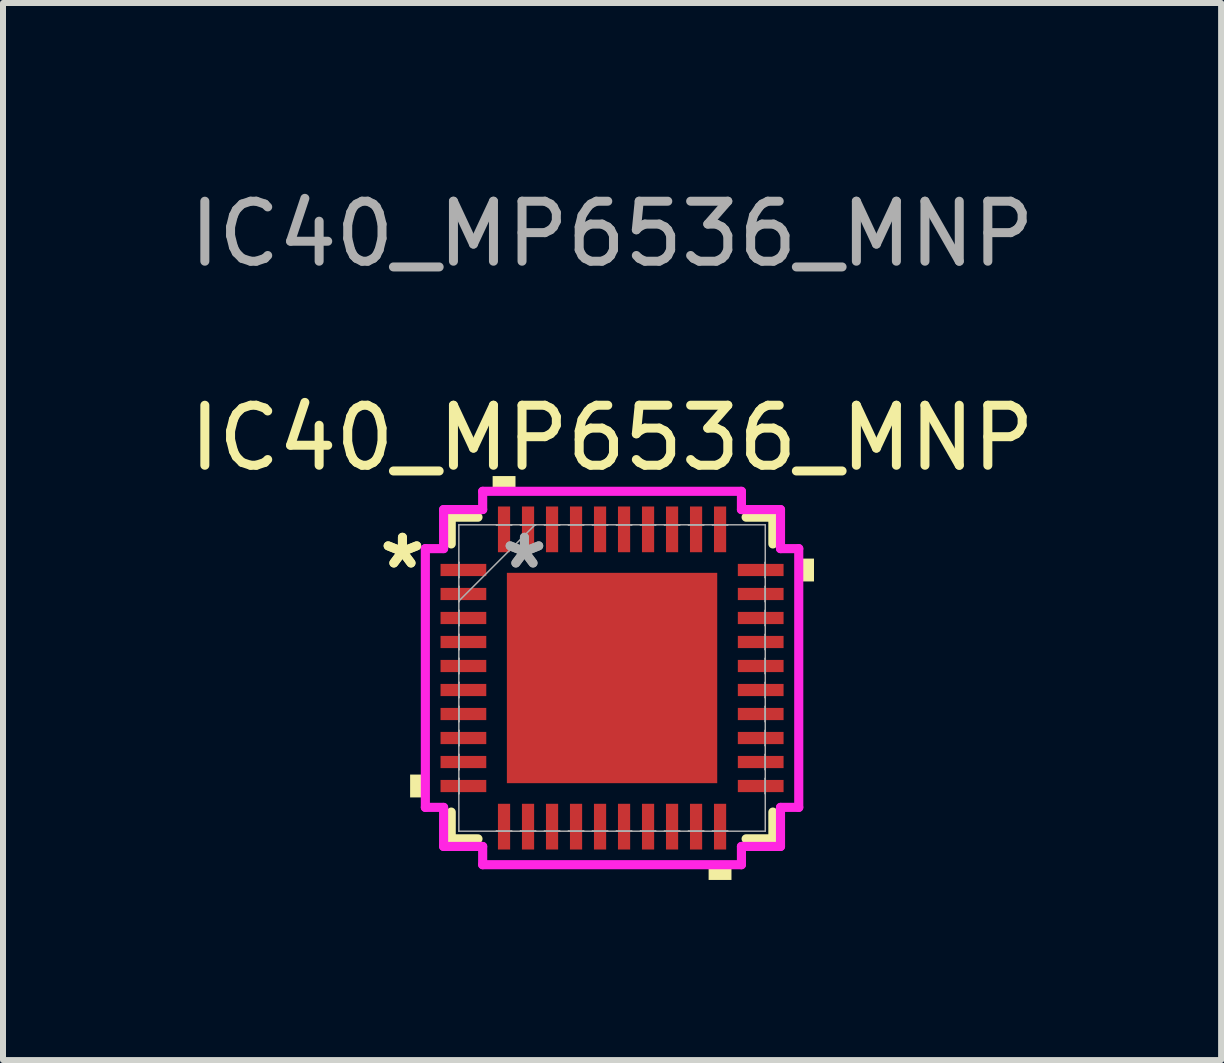
<source format=kicad_pcb>
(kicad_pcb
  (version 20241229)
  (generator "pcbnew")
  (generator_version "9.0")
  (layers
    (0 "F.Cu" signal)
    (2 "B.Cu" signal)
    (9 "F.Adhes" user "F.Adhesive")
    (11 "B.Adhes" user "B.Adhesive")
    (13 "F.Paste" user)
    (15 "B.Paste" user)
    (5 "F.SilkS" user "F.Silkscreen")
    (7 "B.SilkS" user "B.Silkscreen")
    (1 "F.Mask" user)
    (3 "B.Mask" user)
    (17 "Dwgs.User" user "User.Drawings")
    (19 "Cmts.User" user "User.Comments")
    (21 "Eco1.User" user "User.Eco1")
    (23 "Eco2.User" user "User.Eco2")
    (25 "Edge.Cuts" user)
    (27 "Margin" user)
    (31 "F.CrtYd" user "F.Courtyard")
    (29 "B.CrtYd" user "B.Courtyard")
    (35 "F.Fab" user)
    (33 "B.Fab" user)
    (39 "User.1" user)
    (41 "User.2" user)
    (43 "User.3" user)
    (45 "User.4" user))
  (footprint "IC40_MP6536_MNP"
    (layer "F.Cu")
    (at 7.149 8.248)
    (property "Reference" "IC40_MP6536_MNP" (at 0 -4 0) (unlocked yes) (layer "F.SilkS") (effects (font (size 1 1) (thickness 0.15))))
    (attr smd)
    (fp_line (start -2.68 -2.68) (end -2.68 -2.234) (stroke (width 0.152) (type solid)) (layer "F.SilkS"))
    (fp_line (start -2.68 2.234) (end -2.68 2.68) (stroke (width 0.152) (type solid)) (layer "F.SilkS"))
    (fp_line (start -2.68 2.68) (end -2.234 2.68) (stroke (width 0.152) (type solid)) (layer "F.SilkS"))
    (fp_line (start -2.234 -2.68) (end -2.68 -2.68) (stroke (width 0.152) (type solid)) (layer "F.SilkS"))
    (fp_line (start 2.234 2.68) (end 2.68 2.68) (stroke (width 0.152) (type solid)) (layer "F.SilkS"))
    (fp_line (start 2.68 -2.68) (end 2.234 -2.68) (stroke (width 0.152) (type solid)) (layer "F.SilkS"))
    (fp_line (start 2.68 -2.234) (end 2.68 -2.68) (stroke (width 0.152) (type solid)) (layer "F.SilkS"))
    (fp_line (start 2.68 2.68) (end 2.68 2.234) (stroke (width 0.152) (type solid)) (layer "F.SilkS"))
    (fp_poly (pts (xy -3.365 1.609) (xy -3.365 1.99) (xy -3.111 1.99) (xy -3.111 1.609)) (stroke (width 0) (type solid)) (fill yes) (layer "F.SilkS"))
    (fp_poly (pts (xy -1.99 -3.111) (xy -1.99 -3.365) (xy -1.609 -3.365) (xy -1.609 -3.111)) (stroke (width 0) (type solid)) (fill yes) (layer "F.SilkS"))
    (fp_poly (pts (xy 1.609 3.111) (xy 1.609 3.365) (xy 1.99 3.365) (xy 1.99 3.111)) (stroke (width 0) (type solid)) (fill yes) (layer "F.SilkS"))
    (fp_poly (pts (xy 3.365 -1.99) (xy 3.365 -1.609) (xy 3.111 -1.609) (xy 3.111 -1.99)) (stroke (width 0) (type solid)) (fill yes) (layer "F.SilkS"))
    (fp_line (start -3.111 -2.156) (end -2.807 -2.156) (stroke (width 0.152) (type solid)) (layer "F.CrtYd"))
    (fp_line (start -3.111 2.156) (end -3.111 -2.156) (stroke (width 0.152) (type solid)) (layer "F.CrtYd"))
    (fp_line (start -2.807 -2.807) (end -2.156 -2.807) (stroke (width 0.152) (type solid)) (layer "F.CrtYd"))
    (fp_line (start -2.807 -2.156) (end -2.807 -2.807) (stroke (width 0.152) (type solid)) (layer "F.CrtYd"))
    (fp_line (start -2.807 2.156) (end -3.111 2.156) (stroke (width 0.152) (type solid)) (layer "F.CrtYd"))
    (fp_line (start -2.807 2.807) (end -2.807 2.156) (stroke (width 0.152) (type solid)) (layer "F.CrtYd"))
    (fp_line (start -2.156 -3.111) (end 2.156 -3.111) (stroke (width 0.152) (type solid)) (layer "F.CrtYd"))
    (fp_line (start -2.156 -2.807) (end -2.156 -3.111) (stroke (width 0.152) (type solid)) (layer "F.CrtYd"))
    (fp_line (start -2.156 2.807) (end -2.807 2.807) (stroke (width 0.152) (type solid)) (layer "F.CrtYd"))
    (fp_line (start -2.156 3.111) (end -2.156 2.807) (stroke (width 0.152) (type solid)) (layer "F.CrtYd"))
    (fp_line (start 2.156 -3.111) (end 2.156 -2.807) (stroke (width 0.152) (type solid)) (layer "F.CrtYd"))
    (fp_line (start 2.156 -2.807) (end 2.807 -2.807) (stroke (width 0.152) (type solid)) (layer "F.CrtYd"))
    (fp_line (start 2.156 2.807) (end 2.156 3.111) (stroke (width 0.152) (type solid)) (layer "F.CrtYd"))
    (fp_line (start 2.156 3.111) (end -2.156 3.111) (stroke (width 0.152) (type solid)) (layer "F.CrtYd"))
    (fp_line (start 2.807 -2.807) (end 2.807 -2.156) (stroke (width 0.152) (type solid)) (layer "F.CrtYd"))
    (fp_line (start 2.807 -2.156) (end 3.111 -2.156) (stroke (width 0.152) (type solid)) (layer "F.CrtYd"))
    (fp_line (start 2.807 2.156) (end 2.807 2.807) (stroke (width 0.152) (type solid)) (layer "F.CrtYd"))
    (fp_line (start 2.807 2.807) (end 2.156 2.807) (stroke (width 0.152) (type solid)) (layer "F.CrtYd"))
    (fp_line (start 3.111 -2.156) (end 3.111 2.156) (stroke (width 0.152) (type solid)) (layer "F.CrtYd"))
    (fp_line (start 3.111 2.156) (end 2.807 2.156) (stroke (width 0.152) (type solid)) (layer "F.CrtYd"))
    (fp_line (start -2.553 -2.553) (end -2.553 2.553) (stroke (width 0.025) (type solid)) (layer "F.Fab"))
    (fp_line (start -2.553 -1.927) (end -2.553 -1.927) (stroke (width 0.025) (type solid)) (layer "F.Fab"))
    (fp_line (start -2.553 -1.927) (end -2.553 -1.673) (stroke (width 0.025) (type solid)) (layer "F.Fab"))
    (fp_line (start -2.553 -1.673) (end -2.553 -1.927) (stroke (width 0.025) (type solid)) (layer "F.Fab"))
    (fp_line (start -2.553 -1.673) (end -2.553 -1.673) (stroke (width 0.025) (type solid)) (layer "F.Fab"))
    (fp_line (start -2.553 -1.527) (end -2.553 -1.527) (stroke (width 0.025) (type solid)) (layer "F.Fab"))
    (fp_line (start -2.553 -1.527) (end -2.553 -1.273) (stroke (width 0.025) (type solid)) (layer "F.Fab"))
    (fp_line (start -2.553 -1.283) (end -1.283 -2.553) (stroke (width 0.025) (type solid)) (layer "F.Fab"))
    (fp_line (start -2.553 -1.273) (end -2.553 -1.527) (stroke (width 0.025) (type solid)) (layer "F.Fab"))
    (fp_line (start -2.553 -1.273) (end -2.553 -1.273) (stroke (width 0.025) (type solid)) (layer "F.Fab"))
    (fp_line (start -2.553 -1.127) (end -2.553 -1.127) (stroke (width 0.025) (type solid)) (layer "F.Fab"))
    (fp_line (start -2.553 -1.127) (end -2.553 -0.873) (stroke (width 0.025) (type solid)) (layer "F.Fab"))
    (fp_line (start -2.553 -0.873) (end -2.553 -1.127) (stroke (width 0.025) (type solid)) (layer "F.Fab"))
    (fp_line (start -2.553 -0.873) (end -2.553 -0.873) (stroke (width 0.025) (type solid)) (layer "F.Fab"))
    (fp_line (start -2.553 -0.727) (end -2.553 -0.727) (stroke (width 0.025) (type solid)) (layer "F.Fab"))
    (fp_line (start -2.553 -0.727) (end -2.553 -0.473) (stroke (width 0.025) (type solid)) (layer "F.Fab"))
    (fp_line (start -2.553 -0.473) (end -2.553 -0.727) (stroke (width 0.025) (type solid)) (layer "F.Fab"))
    (fp_line (start -2.553 -0.473) (end -2.553 -0.473) (stroke (width 0.025) (type solid)) (layer "F.Fab"))
    (fp_line (start -2.553 -0.327) (end -2.553 -0.327) (stroke (width 0.025) (type solid)) (layer "F.Fab"))
    (fp_line (start -2.553 -0.327) (end -2.553 -0.073) (stroke (width 0.025) (type solid)) (layer "F.Fab"))
    (fp_line (start -2.553 -0.073) (end -2.553 -0.327) (stroke (width 0.025) (type solid)) (layer "F.Fab"))
    (fp_line (start -2.553 -0.073) (end -2.553 -0.073) (stroke (width 0.025) (type solid)) (layer "F.Fab"))
    (fp_line (start -2.553 0.073) (end -2.553 0.073) (stroke (width 0.025) (type solid)) (layer "F.Fab"))
    (fp_line (start -2.553 0.073) (end -2.553 0.327) (stroke (width 0.025) (type solid)) (layer "F.Fab"))
    (fp_line (start -2.553 0.327) (end -2.553 0.073) (stroke (width 0.025) (type solid)) (layer "F.Fab"))
    (fp_line (start -2.553 0.327) (end -2.553 0.327) (stroke (width 0.025) (type solid)) (layer "F.Fab"))
    (fp_line (start -2.553 0.473) (end -2.553 0.473) (stroke (width 0.025) (type solid)) (layer "F.Fab"))
    (fp_line (start -2.553 0.473) (end -2.553 0.727) (stroke (width 0.025) (type solid)) (layer "F.Fab"))
    (fp_line (start -2.553 0.727) (end -2.553 0.473) (stroke (width 0.025) (type solid)) (layer "F.Fab"))
    (fp_line (start -2.553 0.727) (end -2.553 0.727) (stroke (width 0.025) (type solid)) (layer "F.Fab"))
    (fp_line (start -2.553 0.873) (end -2.553 0.873) (stroke (width 0.025) (type solid)) (layer "F.Fab"))
    (fp_line (start -2.553 0.873) (end -2.553 1.127) (stroke (width 0.025) (type solid)) (layer "F.Fab"))
    (fp_line (start -2.553 1.127) (end -2.553 0.873) (stroke (width 0.025) (type solid)) (layer "F.Fab"))
    (fp_line (start -2.553 1.127) (end -2.553 1.127) (stroke (width 0.025) (type solid)) (layer "F.Fab"))
    (fp_line (start -2.553 1.273) (end -2.553 1.273) (stroke (width 0.025) (type solid)) (layer "F.Fab"))
    (fp_line (start -2.553 1.273) (end -2.553 1.527) (stroke (width 0.025) (type solid)) (layer "F.Fab"))
    (fp_line (start -2.553 1.527) (end -2.553 1.273) (stroke (width 0.025) (type solid)) (layer "F.Fab"))
    (fp_line (start -2.553 1.527) (end -2.553 1.527) (stroke (width 0.025) (type solid)) (layer "F.Fab"))
    (fp_line (start -2.553 1.673) (end -2.553 1.673) (stroke (width 0.025) (type solid)) (layer "F.Fab"))
    (fp_line (start -2.553 1.673) (end -2.553 1.927) (stroke (width 0.025) (type solid)) (layer "F.Fab"))
    (fp_line (start -2.553 1.927) (end -2.553 1.673) (stroke (width 0.025) (type solid)) (layer "F.Fab"))
    (fp_line (start -2.553 1.927) (end -2.553 1.927) (stroke (width 0.025) (type solid)) (layer "F.Fab"))
    (fp_line (start -2.553 2.553) (end 2.553 2.553) (stroke (width 0.025) (type solid)) (layer "F.Fab"))
    (fp_line (start -1.927 -2.553) (end -1.927 -2.553) (stroke (width 0.025) (type solid)) (layer "F.Fab"))
    (fp_line (start -1.927 -2.553) (end -1.673 -2.553) (stroke (width 0.025) (type solid)) (layer "F.Fab"))
    (fp_line (start -1.927 2.553) (end -1.927 2.553) (stroke (width 0.025) (type solid)) (layer "F.Fab"))
    (fp_line (start -1.927 2.553) (end -1.673 2.553) (stroke (width 0.025) (type solid)) (layer "F.Fab"))
    (fp_line (start -1.673 -2.553) (end -1.927 -2.553) (stroke (width 0.025) (type solid)) (layer "F.Fab"))
    (fp_line (start -1.673 -2.553) (end -1.673 -2.553) (stroke (width 0.025) (type solid)) (layer "F.Fab"))
    (fp_line (start -1.673 2.553) (end -1.927 2.553) (stroke (width 0.025) (type solid)) (layer "F.Fab"))
    (fp_line (start -1.673 2.553) (end -1.673 2.553) (stroke (width 0.025) (type solid)) (layer "F.Fab"))
    (fp_line (start -1.527 -2.553) (end -1.527 -2.553) (stroke (width 0.025) (type solid)) (layer "F.Fab"))
    (fp_line (start -1.527 -2.553) (end -1.273 -2.553) (stroke (width 0.025) (type solid)) (layer "F.Fab"))
    (fp_line (start -1.527 2.553) (end -1.527 2.553) (stroke (width 0.025) (type solid)) (layer "F.Fab"))
    (fp_line (start -1.527 2.553) (end -1.273 2.553) (stroke (width 0.025) (type solid)) (layer "F.Fab"))
    (fp_line (start -1.273 -2.553) (end -1.527 -2.553) (stroke (width 0.025) (type solid)) (layer "F.Fab"))
    (fp_line (start -1.273 -2.553) (end -1.273 -2.553) (stroke (width 0.025) (type solid)) (layer "F.Fab"))
    (fp_line (start -1.273 2.553) (end -1.527 2.553) (stroke (width 0.025) (type solid)) (layer "F.Fab"))
    (fp_line (start -1.273 2.553) (end -1.273 2.553) (stroke (width 0.025) (type solid)) (layer "F.Fab"))
    (fp_line (start -1.127 -2.553) (end -1.127 -2.553) (stroke (width 0.025) (type solid)) (layer "F.Fab"))
    (fp_line (start -1.127 -2.553) (end -0.873 -2.553) (stroke (width 0.025) (type solid)) (layer "F.Fab"))
    (fp_line (start -1.127 2.553) (end -1.127 2.553) (stroke (width 0.025) (type solid)) (layer "F.Fab"))
    (fp_line (start -1.127 2.553) (end -0.873 2.553) (stroke (width 0.025) (type solid)) (layer "F.Fab"))
    (fp_line (start -0.873 -2.553) (end -1.127 -2.553) (stroke (width 0.025) (type solid)) (layer "F.Fab"))
    (fp_line (start -0.873 -2.553) (end -0.873 -2.553) (stroke (width 0.025) (type solid)) (layer "F.Fab"))
    (fp_line (start -0.873 2.553) (end -1.127 2.553) (stroke (width 0.025) (type solid)) (layer "F.Fab"))
    (fp_line (start -0.873 2.553) (end -0.873 2.553) (stroke (width 0.025) (type solid)) (layer "F.Fab"))
    (fp_line (start -0.727 -2.553) (end -0.727 -2.553) (stroke (width 0.025) (type solid)) (layer "F.Fab"))
    (fp_line (start -0.727 -2.553) (end -0.473 -2.553) (stroke (width 0.025) (type solid)) (layer "F.Fab"))
    (fp_line (start -0.727 2.553) (end -0.727 2.553) (stroke (width 0.025) (type solid)) (layer "F.Fab"))
    (fp_line (start -0.727 2.553) (end -0.473 2.553) (stroke (width 0.025) (type solid)) (layer "F.Fab"))
    (fp_line (start -0.473 -2.553) (end -0.727 -2.553) (stroke (width 0.025) (type solid)) (layer "F.Fab"))
    (fp_line (start -0.473 -2.553) (end -0.473 -2.553) (stroke (width 0.025) (type solid)) (layer "F.Fab"))
    (fp_line (start -0.473 2.553) (end -0.727 2.553) (stroke (width 0.025) (type solid)) (layer "F.Fab"))
    (fp_line (start -0.473 2.553) (end -0.473 2.553) (stroke (width 0.025) (type solid)) (layer "F.Fab"))
    (fp_line (start -0.327 -2.553) (end -0.327 -2.553) (stroke (width 0.025) (type solid)) (layer "F.Fab"))
    (fp_line (start -0.327 -2.553) (end -0.073 -2.553) (stroke (width 0.025) (type solid)) (layer "F.Fab"))
    (fp_line (start -0.327 2.553) (end -0.327 2.553) (stroke (width 0.025) (type solid)) (layer "F.Fab"))
    (fp_line (start -0.327 2.553) (end -0.073 2.553) (stroke (width 0.025) (type solid)) (layer "F.Fab"))
    (fp_line (start -0.073 -2.553) (end -0.327 -2.553) (stroke (width 0.025) (type solid)) (layer "F.Fab"))
    (fp_line (start -0.073 -2.553) (end -0.073 -2.553) (stroke (width 0.025) (type solid)) (layer "F.Fab"))
    (fp_line (start -0.073 2.553) (end -0.327 2.553) (stroke (width 0.025) (type solid)) (layer "F.Fab"))
    (fp_line (start -0.073 2.553) (end -0.073 2.553) (stroke (width 0.025) (type solid)) (layer "F.Fab"))
    (fp_line (start 0.073 -2.553) (end 0.073 -2.553) (stroke (width 0.025) (type solid)) (layer "F.Fab"))
    (fp_line (start 0.073 -2.553) (end 0.327 -2.553) (stroke (width 0.025) (type solid)) (layer "F.Fab"))
    (fp_line (start 0.073 2.553) (end 0.073 2.553) (stroke (width 0.025) (type solid)) (layer "F.Fab"))
    (fp_line (start 0.073 2.553) (end 0.327 2.553) (stroke (width 0.025) (type solid)) (layer "F.Fab"))
    (fp_line (start 0.327 -2.553) (end 0.073 -2.553) (stroke (width 0.025) (type solid)) (layer "F.Fab"))
    (fp_line (start 0.327 -2.553) (end 0.327 -2.553) (stroke (width 0.025) (type solid)) (layer "F.Fab"))
    (fp_line (start 0.327 2.553) (end 0.073 2.553) (stroke (width 0.025) (type solid)) (layer "F.Fab"))
    (fp_line (start 0.327 2.553) (end 0.327 2.553) (stroke (width 0.025) (type solid)) (layer "F.Fab"))
    (fp_line (start 0.473 -2.553) (end 0.473 -2.553) (stroke (width 0.025) (type solid)) (layer "F.Fab"))
    (fp_line (start 0.473 -2.553) (end 0.727 -2.553) (stroke (width 0.025) (type solid)) (layer "F.Fab"))
    (fp_line (start 0.473 2.553) (end 0.473 2.553) (stroke (width 0.025) (type solid)) (layer "F.Fab"))
    (fp_line (start 0.473 2.553) (end 0.727 2.553) (stroke (width 0.025) (type solid)) (layer "F.Fab"))
    (fp_line (start 0.727 -2.553) (end 0.473 -2.553) (stroke (width 0.025) (type solid)) (layer "F.Fab"))
    (fp_line (start 0.727 -2.553) (end 0.727 -2.553) (stroke (width 0.025) (type solid)) (layer "F.Fab"))
    (fp_line (start 0.727 2.553) (end 0.473 2.553) (stroke (width 0.025) (type solid)) (layer "F.Fab"))
    (fp_line (start 0.727 2.553) (end 0.727 2.553) (stroke (width 0.025) (type solid)) (layer "F.Fab"))
    (fp_line (start 0.873 -2.553) (end 0.873 -2.553) (stroke (width 0.025) (type solid)) (layer "F.Fab"))
    (fp_line (start 0.873 -2.553) (end 1.127 -2.553) (stroke (width 0.025) (type solid)) (layer "F.Fab"))
    (fp_line (start 0.873 2.553) (end 0.873 2.553) (stroke (width 0.025) (type solid)) (layer "F.Fab"))
    (fp_line (start 0.873 2.553) (end 1.127 2.553) (stroke (width 0.025) (type solid)) (layer "F.Fab"))
    (fp_line (start 1.127 -2.553) (end 0.873 -2.553) (stroke (width 0.025) (type solid)) (layer "F.Fab"))
    (fp_line (start 1.127 -2.553) (end 1.127 -2.553) (stroke (width 0.025) (type solid)) (layer "F.Fab"))
    (fp_line (start 1.127 2.553) (end 0.873 2.553) (stroke (width 0.025) (type solid)) (layer "F.Fab"))
    (fp_line (start 1.127 2.553) (end 1.127 2.553) (stroke (width 0.025) (type solid)) (layer "F.Fab"))
    (fp_line (start 1.273 -2.553) (end 1.273 -2.553) (stroke (width 0.025) (type solid)) (layer "F.Fab"))
    (fp_line (start 1.273 -2.553) (end 1.527 -2.553) (stroke (width 0.025) (type solid)) (layer "F.Fab"))
    (fp_line (start 1.273 2.553) (end 1.273 2.553) (stroke (width 0.025) (type solid)) (layer "F.Fab"))
    (fp_line (start 1.273 2.553) (end 1.527 2.553) (stroke (width 0.025) (type solid)) (layer "F.Fab"))
    (fp_line (start 1.527 -2.553) (end 1.273 -2.553) (stroke (width 0.025) (type solid)) (layer "F.Fab"))
    (fp_line (start 1.527 -2.553) (end 1.527 -2.553) (stroke (width 0.025) (type solid)) (layer "F.Fab"))
    (fp_line (start 1.527 2.553) (end 1.273 2.553) (stroke (width 0.025) (type solid)) (layer "F.Fab"))
    (fp_line (start 1.527 2.553) (end 1.527 2.553) (stroke (width 0.025) (type solid)) (layer "F.Fab"))
    (fp_line (start 1.673 -2.553) (end 1.673 -2.553) (stroke (width 0.025) (type solid)) (layer "F.Fab"))
    (fp_line (start 1.673 -2.553) (end 1.927 -2.553) (stroke (width 0.025) (type solid)) (layer "F.Fab"))
    (fp_line (start 1.673 2.553) (end 1.673 2.553) (stroke (width 0.025) (type solid)) (layer "F.Fab"))
    (fp_line (start 1.673 2.553) (end 1.927 2.553) (stroke (width 0.025) (type solid)) (layer "F.Fab"))
    (fp_line (start 1.927 -2.553) (end 1.673 -2.553) (stroke (width 0.025) (type solid)) (layer "F.Fab"))
    (fp_line (start 1.927 -2.553) (end 1.927 -2.553) (stroke (width 0.025) (type solid)) (layer "F.Fab"))
    (fp_line (start 1.927 2.553) (end 1.673 2.553) (stroke (width 0.025) (type solid)) (layer "F.Fab"))
    (fp_line (start 1.927 2.553) (end 1.927 2.553) (stroke (width 0.025) (type solid)) (layer "F.Fab"))
    (fp_line (start 2.553 -2.553) (end -2.553 -2.553) (stroke (width 0.025) (type solid)) (layer "F.Fab"))
    (fp_line (start 2.553 -1.927) (end 2.553 -1.927) (stroke (width 0.025) (type solid)) (layer "F.Fab"))
    (fp_line (start 2.553 -1.927) (end 2.553 -1.673) (stroke (width 0.025) (type solid)) (layer "F.Fab"))
    (fp_line (start 2.553 -1.673) (end 2.553 -1.927) (stroke (width 0.025) (type solid)) (layer "F.Fab"))
    (fp_line (start 2.553 -1.673) (end 2.553 -1.673) (stroke (width 0.025) (type solid)) (layer "F.Fab"))
    (fp_line (start 2.553 -1.527) (end 2.553 -1.527) (stroke (width 0.025) (type solid)) (layer "F.Fab"))
    (fp_line (start 2.553 -1.527) (end 2.553 -1.273) (stroke (width 0.025) (type solid)) (layer "F.Fab"))
    (fp_line (start 2.553 -1.273) (end 2.553 -1.527) (stroke (width 0.025) (type solid)) (layer "F.Fab"))
    (fp_line (start 2.553 -1.273) (end 2.553 -1.273) (stroke (width 0.025) (type solid)) (layer "F.Fab"))
    (fp_line (start 2.553 -1.127) (end 2.553 -1.127) (stroke (width 0.025) (type solid)) (layer "F.Fab"))
    (fp_line (start 2.553 -1.127) (end 2.553 -0.873) (stroke (width 0.025) (type solid)) (layer "F.Fab"))
    (fp_line (start 2.553 -0.873) (end 2.553 -1.127) (stroke (width 0.025) (type solid)) (layer "F.Fab"))
    (fp_line (start 2.553 -0.873) (end 2.553 -0.873) (stroke (width 0.025) (type solid)) (layer "F.Fab"))
    (fp_line (start 2.553 -0.727) (end 2.553 -0.727) (stroke (width 0.025) (type solid)) (layer "F.Fab"))
    (fp_line (start 2.553 -0.727) (end 2.553 -0.473) (stroke (width 0.025) (type solid)) (layer "F.Fab"))
    (fp_line (start 2.553 -0.473) (end 2.553 -0.727) (stroke (width 0.025) (type solid)) (layer "F.Fab"))
    (fp_line (start 2.553 -0.473) (end 2.553 -0.473) (stroke (width 0.025) (type solid)) (layer "F.Fab"))
    (fp_line (start 2.553 -0.327) (end 2.553 -0.327) (stroke (width 0.025) (type solid)) (layer "F.Fab"))
    (fp_line (start 2.553 -0.327) (end 2.553 -0.073) (stroke (width 0.025) (type solid)) (layer "F.Fab"))
    (fp_line (start 2.553 -0.073) (end 2.553 -0.327) (stroke (width 0.025) (type solid)) (layer "F.Fab"))
    (fp_line (start 2.553 -0.073) (end 2.553 -0.073) (stroke (width 0.025) (type solid)) (layer "F.Fab"))
    (fp_line (start 2.553 0.073) (end 2.553 0.073) (stroke (width 0.025) (type solid)) (layer "F.Fab"))
    (fp_line (start 2.553 0.073) (end 2.553 0.327) (stroke (width 0.025) (type solid)) (layer "F.Fab"))
    (fp_line (start 2.553 0.327) (end 2.553 0.073) (stroke (width 0.025) (type solid)) (layer "F.Fab"))
    (fp_line (start 2.553 0.327) (end 2.553 0.327) (stroke (width 0.025) (type solid)) (layer "F.Fab"))
    (fp_line (start 2.553 0.473) (end 2.553 0.473) (stroke (width 0.025) (type solid)) (layer "F.Fab"))
    (fp_line (start 2.553 0.473) (end 2.553 0.727) (stroke (width 0.025) (type solid)) (layer "F.Fab"))
    (fp_line (start 2.553 0.727) (end 2.553 0.473) (stroke (width 0.025) (type solid)) (layer "F.Fab"))
    (fp_line (start 2.553 0.727) (end 2.553 0.727) (stroke (width 0.025) (type solid)) (layer "F.Fab"))
    (fp_line (start 2.553 0.873) (end 2.553 0.873) (stroke (width 0.025) (type solid)) (layer "F.Fab"))
    (fp_line (start 2.553 0.873) (end 2.553 1.127) (stroke (width 0.025) (type solid)) (layer "F.Fab"))
    (fp_line (start 2.553 1.127) (end 2.553 0.873) (stroke (width 0.025) (type solid)) (layer "F.Fab"))
    (fp_line (start 2.553 1.127) (end 2.553 1.127) (stroke (width 0.025) (type solid)) (layer "F.Fab"))
    (fp_line (start 2.553 1.273) (end 2.553 1.273) (stroke (width 0.025) (type solid)) (layer "F.Fab"))
    (fp_line (start 2.553 1.273) (end 2.553 1.527) (stroke (width 0.025) (type solid)) (layer "F.Fab"))
    (fp_line (start 2.553 1.527) (end 2.553 1.273) (stroke (width 0.025) (type solid)) (layer "F.Fab"))
    (fp_line (start 2.553 1.527) (end 2.553 1.527) (stroke (width 0.025) (type solid)) (layer "F.Fab"))
    (fp_line (start 2.553 1.673) (end 2.553 1.673) (stroke (width 0.025) (type solid)) (layer "F.Fab"))
    (fp_line (start 2.553 1.673) (end 2.553 1.927) (stroke (width 0.025) (type solid)) (layer "F.Fab"))
    (fp_line (start 2.553 1.927) (end 2.553 1.673) (stroke (width 0.025) (type solid)) (layer "F.Fab"))
    (fp_line (start 2.553 1.927) (end 2.553 1.927) (stroke (width 0.025) (type solid)) (layer "F.Fab"))
    (fp_line (start 2.553 2.553) (end 2.553 -2.553) (stroke (width 0.025) (type solid)) (layer "F.Fab"))
    (fp_text user "*" (at -3.493 -1.8 0) (layer "F.SilkS") (effects (font (size 1 1) (thickness 0.15))))
    (fp_text user "*" (at -3.493 -1.8 0) (unlocked yes) (layer "F.SilkS") (effects (font (size 1 1) (thickness 0.15))))
    (fp_text user "*" (at -1.46 -1.8 0) (unlocked yes) (layer "F.Fab") (effects (font (size 1 1) (thickness 0.15))))
    (fp_text user "*" (at -1.46 -1.8 0) (layer "F.Fab") (effects (font (size 1 1) (thickness 0.15))))
    (fp_text user "${REFERENCE}" (at 0 -7.4 0) (unlocked yes) (layer "F.Fab") (effects (font (size 1 1) (thickness 0.15))))
    (pad "1" smd rect (at -2.477 -1.8 90) (size 0.203 0.762) (layers "F.Cu" "F.Mask" "F.Paste"))
    (pad "2" smd rect (at -2.477 -1.4 90) (size 0.203 0.762) (layers "F.Cu" "F.Mask" "F.Paste"))
    (pad "3" smd rect (at -2.477 -1 90) (size 0.203 0.762) (layers "F.Cu" "F.Mask" "F.Paste"))
    (pad "4" smd rect (at -2.477 -0.6 90) (size 0.203 0.762) (layers "F.Cu" "F.Mask" "F.Paste"))
    (pad "5" smd rect (at -2.477 -0.2 90) (size 0.203 0.762) (layers "F.Cu" "F.Mask" "F.Paste"))
    (pad "6" smd rect (at -2.477 0.2 90) (size 0.203 0.762) (layers "F.Cu" "F.Mask" "F.Paste"))
    (pad "7" smd rect (at -2.477 0.6 90) (size 0.203 0.762) (layers "F.Cu" "F.Mask" "F.Paste"))
    (pad "8" smd rect (at -2.477 1 90) (size 0.203 0.762) (layers "F.Cu" "F.Mask" "F.Paste"))
    (pad "9" smd rect (at -2.477 1.4 90) (size 0.203 0.762) (layers "F.Cu" "F.Mask" "F.Paste"))
    (pad "10" smd rect (at -2.477 1.8 90) (size 0.203 0.762) (layers "F.Cu" "F.Mask" "F.Paste"))
    (pad "11" smd rect (at -1.8 2.477) (size 0.203 0.762) (layers "F.Cu" "F.Mask" "F.Paste"))
    (pad "12" smd rect (at -1.4 2.477) (size 0.203 0.762) (layers "F.Cu" "F.Mask" "F.Paste"))
    (pad "13" smd rect (at -1 2.477) (size 0.203 0.762) (layers "F.Cu" "F.Mask" "F.Paste"))
    (pad "14" smd rect (at -0.6 2.477) (size 0.203 0.762) (layers "F.Cu" "F.Mask" "F.Paste"))
    (pad "15" smd rect (at -0.2 2.477) (size 0.203 0.762) (layers "F.Cu" "F.Mask" "F.Paste"))
    (pad "16" smd rect (at 0.2 2.477) (size 0.203 0.762) (layers "F.Cu" "F.Mask" "F.Paste"))
    (pad "17" smd rect (at 0.6 2.477) (size 0.203 0.762) (layers "F.Cu" "F.Mask" "F.Paste"))
    (pad "18" smd rect (at 1 2.477) (size 0.203 0.762) (layers "F.Cu" "F.Mask" "F.Paste"))
    (pad "19" smd rect (at 1.4 2.477) (size 0.203 0.762) (layers "F.Cu" "F.Mask" "F.Paste"))
    (pad "20" smd rect (at 1.8 2.477) (size 0.203 0.762) (layers "F.Cu" "F.Mask" "F.Paste"))
    (pad "21" smd rect (at 2.477 1.8 90) (size 0.203 0.762) (layers "F.Cu" "F.Mask" "F.Paste"))
    (pad "22" smd rect (at 2.477 1.4 90) (size 0.203 0.762) (layers "F.Cu" "F.Mask" "F.Paste"))
    (pad "23" smd rect (at 2.477 1 90) (size 0.203 0.762) (layers "F.Cu" "F.Mask" "F.Paste"))
    (pad "24" smd rect (at 2.477 0.6 90) (size 0.203 0.762) (layers "F.Cu" "F.Mask" "F.Paste"))
    (pad "25" smd rect (at 2.477 0.2 90) (size 0.203 0.762) (layers "F.Cu" "F.Mask" "F.Paste"))
    (pad "26" smd rect (at 2.477 -0.2 90) (size 0.203 0.762) (layers "F.Cu" "F.Mask" "F.Paste"))
    (pad "27" smd rect (at 2.477 -0.6 90) (size 0.203 0.762) (layers "F.Cu" "F.Mask" "F.Paste"))
    (pad "28" smd rect (at 2.477 -1 90) (size 0.203 0.762) (layers "F.Cu" "F.Mask" "F.Paste"))
    (pad "29" smd rect (at 2.477 -1.4 90) (size 0.203 0.762) (layers "F.Cu" "F.Mask" "F.Paste"))
    (pad "30" smd rect (at 2.477 -1.8 90) (size 0.203 0.762) (layers "F.Cu" "F.Mask" "F.Paste"))
    (pad "31" smd rect (at 1.8 -2.477) (size 0.203 0.762) (layers "F.Cu" "F.Mask" "F.Paste"))
    (pad "32" smd rect (at 1.4 -2.477) (size 0.203 0.762) (layers "F.Cu" "F.Mask" "F.Paste"))
    (pad "33" smd rect (at 1 -2.477) (size 0.203 0.762) (layers "F.Cu" "F.Mask" "F.Paste"))
    (pad "34" smd rect (at 0.6 -2.477) (size 0.203 0.762) (layers "F.Cu" "F.Mask" "F.Paste"))
    (pad "35" smd rect (at 0.2 -2.477) (size 0.203 0.762) (layers "F.Cu" "F.Mask" "F.Paste"))
    (pad "36" smd rect (at -0.2 -2.477) (size 0.203 0.762) (layers "F.Cu" "F.Mask" "F.Paste"))
    (pad "37" smd rect (at -0.6 -2.477) (size 0.203 0.762) (layers "F.Cu" "F.Mask" "F.Paste"))
    (pad "38" smd rect (at -1 -2.477) (size 0.203 0.762) (layers "F.Cu" "F.Mask" "F.Paste"))
    (pad "39" smd rect (at -1.4 -2.477) (size 0.203 0.762) (layers "F.Cu" "F.Mask" "F.Paste"))
    (pad "40" smd rect (at -1.8 -2.477) (size 0.203 0.762) (layers "F.Cu" "F.Mask" "F.Paste"))
    (pad "41" smd rect (at 0 0) (size 3.505 3.505) (layers "F.Cu" "F.Mask" "F.Paste")))
  (gr_rect
    (start -3 -3)
    (end 17.298 14.614)
    (stroke (width 0.1) (type default))
    (fill no)
    (layer "Edge.Cuts")))
</source>
